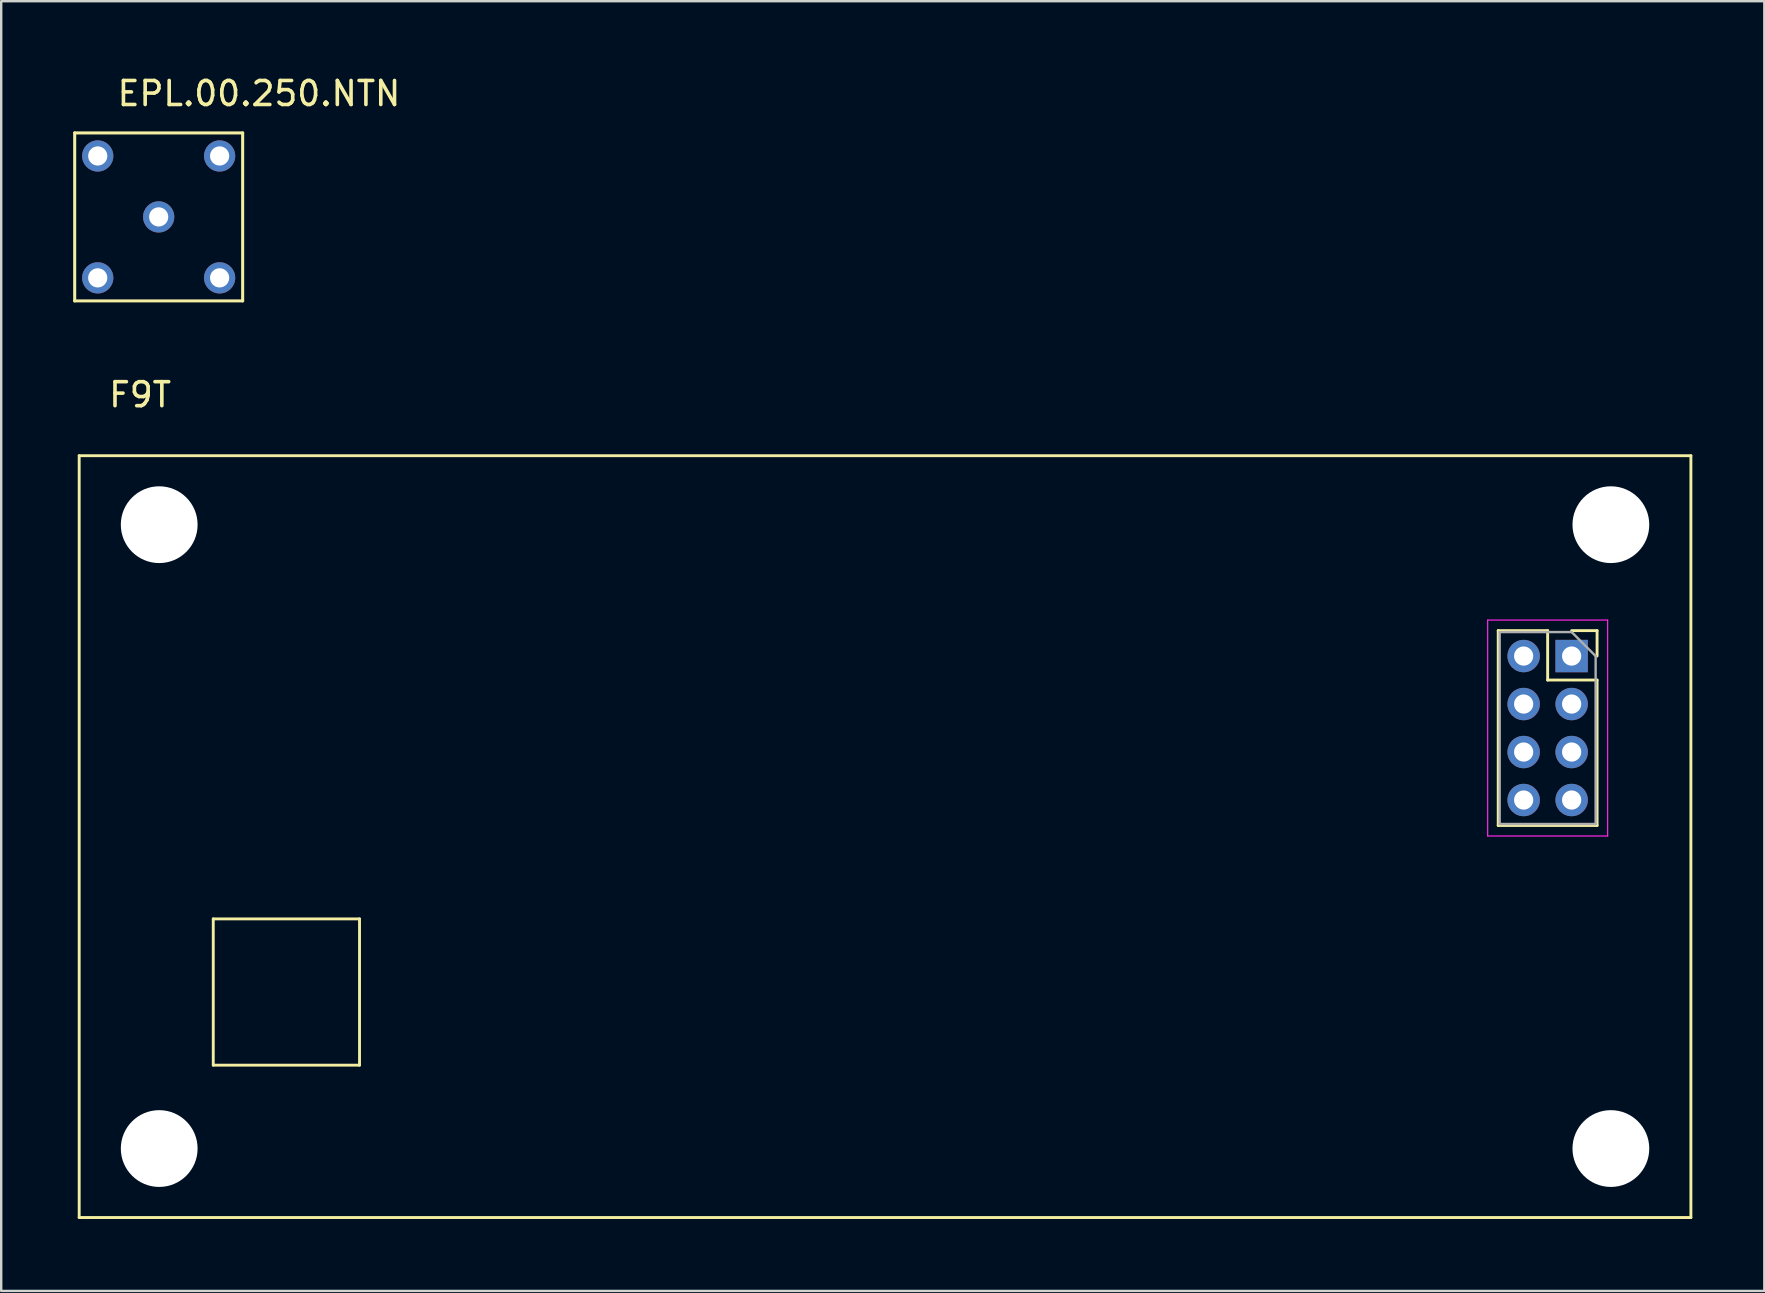
<source format=kicad_pcb>
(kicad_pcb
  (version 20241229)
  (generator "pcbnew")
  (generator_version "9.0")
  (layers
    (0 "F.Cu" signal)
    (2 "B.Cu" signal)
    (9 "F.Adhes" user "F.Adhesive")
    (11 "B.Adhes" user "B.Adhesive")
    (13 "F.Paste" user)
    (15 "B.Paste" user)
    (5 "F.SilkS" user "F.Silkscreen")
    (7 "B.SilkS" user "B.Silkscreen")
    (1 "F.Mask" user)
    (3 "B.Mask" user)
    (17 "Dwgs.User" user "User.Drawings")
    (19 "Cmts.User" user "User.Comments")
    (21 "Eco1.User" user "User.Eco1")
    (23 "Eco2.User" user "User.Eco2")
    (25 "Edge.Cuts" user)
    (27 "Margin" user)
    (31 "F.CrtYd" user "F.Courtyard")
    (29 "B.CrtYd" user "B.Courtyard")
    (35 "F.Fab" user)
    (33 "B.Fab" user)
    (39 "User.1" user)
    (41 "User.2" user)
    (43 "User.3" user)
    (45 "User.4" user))
  (footprint "F9T"
    (layer "F.Cu")
    (at 0.25 15.942)
    (property "Reference" "F9T" (at 2.54 -2.54 0) (unlocked yes) (layer "F.SilkS") (effects (font (size 1 1) (thickness 0.15))))
    (attr through_hole)
    (fp_line (start 0 0) (end 0 31.75) (stroke (width 0.12) (type solid)) (layer "F.SilkS"))
    (fp_line (start 0 0) (end 67.17 0) (stroke (width 0.12) (type solid)) (layer "F.SilkS"))
    (fp_line (start 0 31.75) (end 67.17 31.75) (stroke (width 0.12) (type solid)) (layer "F.SilkS"))
    (fp_line (start 5.588 19.304) (end 11.684 19.304) (stroke (width 0.12) (type solid)) (layer "F.SilkS"))
    (fp_line (start 5.588 25.4) (end 5.588 19.304) (stroke (width 0.12) (type solid)) (layer "F.SilkS"))
    (fp_line (start 11.684 19.304) (end 11.684 25.4) (stroke (width 0.12) (type solid)) (layer "F.SilkS"))
    (fp_line (start 11.684 25.4) (end 5.588 25.4) (stroke (width 0.12) (type solid)) (layer "F.SilkS"))
    (fp_line (start 59.14 7.29) (end 59.14 15.41) (stroke (width 0.12) (type solid)) (layer "F.SilkS"))
    (fp_line (start 61.2 7.29) (end 59.14 7.29) (stroke (width 0.12) (type solid)) (layer "F.SilkS"))
    (fp_line (start 61.2 9.35) (end 61.2 7.29) (stroke (width 0.12) (type solid)) (layer "F.SilkS"))
    (fp_line (start 63.26 7.29) (end 62.2 7.29) (stroke (width 0.12) (type solid)) (layer "F.SilkS"))
    (fp_line (start 63.26 8.35) (end 63.26 7.29) (stroke (width 0.12) (type solid)) (layer "F.SilkS"))
    (fp_line (start 63.26 9.35) (end 61.2 9.35) (stroke (width 0.12) (type solid)) (layer "F.SilkS"))
    (fp_line (start 63.26 9.35) (end 63.26 15.41) (stroke (width 0.12) (type solid)) (layer "F.SilkS"))
    (fp_line (start 63.26 15.41) (end 59.14 15.41) (stroke (width 0.12) (type solid)) (layer "F.SilkS"))
    (fp_line (start 67.17 0) (end 67.17 31.75) (stroke (width 0.12) (type solid)) (layer "F.SilkS"))
    (fp_line (start 58.7 6.85) (end 63.7 6.85) (stroke (width 0.05) (type solid)) (layer "F.CrtYd"))
    (fp_line (start 58.7 15.85) (end 58.7 6.85) (stroke (width 0.05) (type solid)) (layer "F.CrtYd"))
    (fp_line (start 63.7 6.85) (end 63.7 15.85) (stroke (width 0.05) (type solid)) (layer "F.CrtYd"))
    (fp_line (start 63.7 15.85) (end 58.7 15.85) (stroke (width 0.05) (type solid)) (layer "F.CrtYd"))
    (fp_line (start 59.2 7.35) (end 59.2 15.35) (stroke (width 0.1) (type solid)) (layer "F.Fab"))
    (fp_line (start 59.2 15.35) (end 63.2 15.35) (stroke (width 0.1) (type solid)) (layer "F.Fab"))
    (fp_line (start 62.2 7.35) (end 59.2 7.35) (stroke (width 0.1) (type solid)) (layer "F.Fab"))
    (fp_line (start 63.2 8.35) (end 62.2 7.35) (stroke (width 0.1) (type solid)) (layer "F.Fab"))
    (fp_line (start 63.2 15.35) (end 63.2 8.35) (stroke (width 0.1) (type solid)) (layer "F.Fab"))
    (pad "" np_thru_hole circle (at 3.335 2.875) (size 3.2 3.2) (drill 3.2) (layers "*.Cu" "*.Mask"))
    (pad "" np_thru_hole circle (at 3.335 28.875) (size 3.2 3.2) (drill 3.2) (layers "*.Cu" "*.Mask"))
    (pad "" np_thru_hole circle (at 63.835 2.875) (size 3.2 3.2) (drill 3.2) (layers "*.Cu" "*.Mask"))
    (pad "" np_thru_hole circle (at 63.835 28.875) (size 3.2 3.2) (drill 3.2) (layers "*.Cu" "*.Mask"))
    (pad "1" thru_hole rect (at 62.2 8.35) (size 1.35 1.35) (drill 0.8) (layers "*.Cu" "*.Mask"))
    (pad "2" thru_hole oval (at 60.2 8.35) (size 1.35 1.35) (drill 0.8) (layers "*.Cu" "*.Mask"))
    (pad "3" thru_hole oval (at 62.2 10.35) (size 1.35 1.35) (drill 0.8) (layers "*.Cu" "*.Mask"))
    (pad "4" thru_hole oval (at 60.2 10.35) (size 1.35 1.35) (drill 0.8) (layers "*.Cu" "*.Mask"))
    (pad "5" thru_hole oval (at 62.2 12.35) (size 1.35 1.35) (drill 0.8) (layers "*.Cu" "*.Mask"))
    (pad "6" thru_hole oval (at 60.2 12.35) (size 1.35 1.35) (drill 0.8) (layers "*.Cu" "*.Mask"))
    (pad "7" thru_hole oval (at 62.2 14.35) (size 1.35 1.35) (drill 0.8) (layers "*.Cu" "*.Mask"))
    (pad "8" thru_hole oval (at 60.2 14.35) (size 1.35 1.35) (drill 0.8) (layers "*.Cu" "*.Mask")))
  (footprint "EPL.00.250.NTN"
    (layer "F.Cu")
    (at 3.563 5.99)
    (property "Reference" "EPL.00.250.NTN" (at 4.18 -5.141 0) (layer "F.SilkS") (effects (font (size 1.001 1.001) (thickness 0.15))))
    (attr through_hole)
    (fp_line (start -3.5 -3.5) (end 3.5 -3.5) (stroke (width 0.127) (type solid)) (layer "F.SilkS"))
    (fp_line (start -3.5 3.5) (end -3.5 -3.5) (stroke (width 0.127) (type solid)) (layer "F.SilkS"))
    (fp_line (start -3.5 3.5) (end 3.5 3.5) (stroke (width 0.127) (type solid)) (layer "F.SilkS"))
    (fp_line (start 3.5 3.5) (end 3.5 -3.5) (stroke (width 0.127) (type solid)) (layer "F.SilkS"))
    (pad "1" thru_hole circle (at 0 0) (size 1.3 1.3) (drill 0.8) (layers "*.Cu" "*.Mask"))
    (pad "2" thru_hole circle (at -2.54 -2.54) (size 1.3 1.3) (drill 0.8) (layers "*.Cu" "*.Mask"))
    (pad "3" thru_hole circle (at 2.54 -2.54) (size 1.3 1.3) (drill 0.8) (layers "*.Cu" "*.Mask"))
    (pad "4" thru_hole circle (at 2.54 2.54) (size 1.3 1.3) (drill 0.8) (layers "*.Cu" "*.Mask"))
    (pad "5" thru_hole circle (at -2.54 2.54) (size 1.3 1.3) (drill 0.8) (layers "*.Cu" "*.Mask")))
  (gr_rect
    (start -3 -3)
    (end 70.48 50.752)
    (stroke (width 0.1) (type default))
    (fill no)
    (layer "Edge.Cuts")))
</source>
